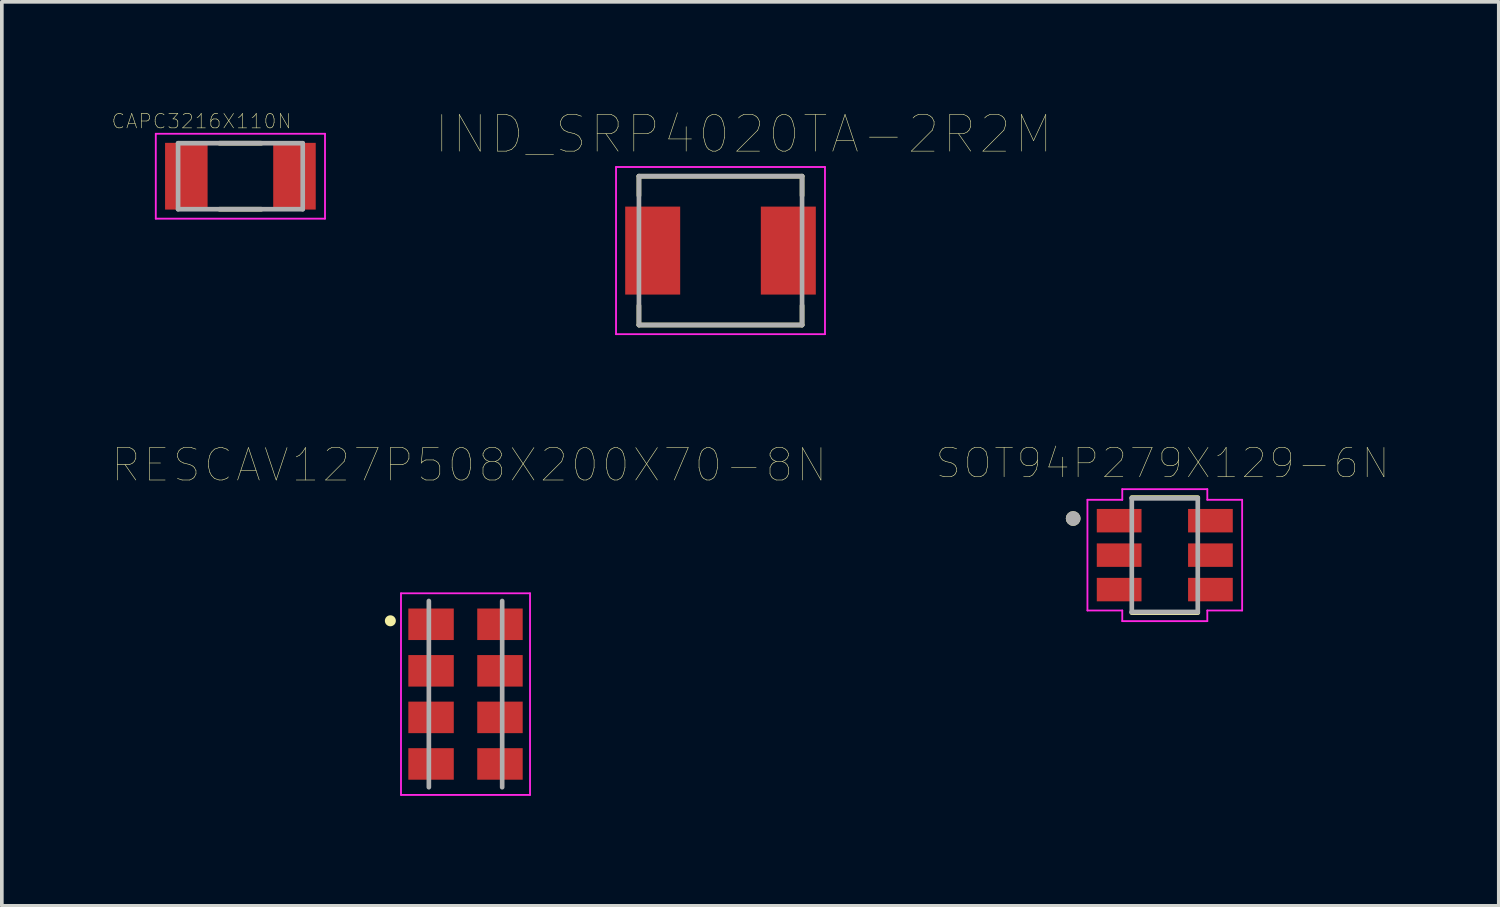
<source format=kicad_pcb>
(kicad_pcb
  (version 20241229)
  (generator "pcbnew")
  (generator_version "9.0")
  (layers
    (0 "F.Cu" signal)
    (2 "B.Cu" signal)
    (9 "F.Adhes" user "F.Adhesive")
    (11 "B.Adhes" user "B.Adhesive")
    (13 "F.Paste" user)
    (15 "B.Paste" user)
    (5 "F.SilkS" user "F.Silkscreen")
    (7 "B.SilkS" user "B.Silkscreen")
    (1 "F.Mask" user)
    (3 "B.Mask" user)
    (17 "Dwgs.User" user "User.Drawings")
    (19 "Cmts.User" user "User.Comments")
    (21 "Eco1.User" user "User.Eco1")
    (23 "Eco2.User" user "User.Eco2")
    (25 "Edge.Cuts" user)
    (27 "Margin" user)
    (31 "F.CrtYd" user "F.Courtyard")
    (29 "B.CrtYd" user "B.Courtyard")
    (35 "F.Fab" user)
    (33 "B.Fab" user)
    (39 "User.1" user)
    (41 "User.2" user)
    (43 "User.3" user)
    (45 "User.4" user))
  (footprint "IND_SRP4020TA-2R2M"
    (layer "F.Cu")
    (at 16.605 3.786)
    (property "Reference" "IND_SRP4020TA-2R2M" (at 0.635 -3.175 0) (layer "F.SilkS") (effects (font (size 1 1) (thickness 0.015))))
    (attr through_hole)
    (fp_line (start -2.225 -2.03) (end 2.225 -2.03) (stroke (width 0.127) (type solid)) (layer "F.SilkS"))
    (fp_line (start -2.225 -1.5) (end -2.225 -2.03) (stroke (width 0.127) (type solid)) (layer "F.SilkS"))
    (fp_line (start -2.225 2.03) (end -2.225 1.5) (stroke (width 0.127) (type solid)) (layer "F.SilkS"))
    (fp_line (start -2.225 2.03) (end 2.225 2.03) (stroke (width 0.127) (type solid)) (layer "F.SilkS"))
    (fp_line (start 2.225 -2.03) (end 2.225 -1.5) (stroke (width 0.127) (type solid)) (layer "F.SilkS"))
    (fp_line (start 2.225 2.03) (end 2.225 1.5) (stroke (width 0.127) (type solid)) (layer "F.SilkS"))
    (fp_line (start -2.85 -2.28) (end 2.85 -2.28) (stroke (width 0.05) (type solid)) (layer "F.CrtYd"))
    (fp_line (start -2.85 2.28) (end -2.85 -2.28) (stroke (width 0.05) (type solid)) (layer "F.CrtYd"))
    (fp_line (start 2.85 -2.28) (end 2.85 2.28) (stroke (width 0.05) (type solid)) (layer "F.CrtYd"))
    (fp_line (start 2.85 2.28) (end -2.85 2.28) (stroke (width 0.05) (type solid)) (layer "F.CrtYd"))
    (fp_line (start -2.225 -2.03) (end 2.225 -2.03) (stroke (width 0.127) (type solid)) (layer "F.Fab"))
    (fp_line (start -2.225 2.03) (end -2.225 -2.03) (stroke (width 0.127) (type solid)) (layer "F.Fab"))
    (fp_line (start 2.225 -2.03) (end 2.225 2.03) (stroke (width 0.127) (type solid)) (layer "F.Fab"))
    (fp_line (start 2.225 2.03) (end -2.225 2.03) (stroke (width 0.127) (type solid)) (layer "F.Fab"))
    (pad "1" smd rect (at -1.85 0) (size 1.5 2.4) (layers "F.Cu" "F.Mask" "F.Paste"))
    (pad "2" smd rect (at 1.85 0) (size 1.5 2.4) (layers "F.Cu" "F.Mask" "F.Paste")))
  (footprint "CAPC3216X110N"
    (layer "F.Cu")
    (at 3.508 1.757)
    (property "Reference" "CAPC3216X110N" (at -1.06 -1.5 0) (layer "F.SilkS") (effects (font (size 0.394 0.394) (thickness 0.015))))
    (attr through_hole)
    (fp_line (start -0.57 -0.9) (end 0.57 -0.9) (stroke (width 0.127) (type solid)) (layer "F.SilkS"))
    (fp_line (start -0.57 0.9) (end 0.57 0.9) (stroke (width 0.127) (type solid)) (layer "F.SilkS"))
    (fp_line (start -2.308 -1.158) (end 2.308 -1.158) (stroke (width 0.05) (type solid)) (layer "F.CrtYd"))
    (fp_line (start -2.308 1.158) (end -2.308 -1.158) (stroke (width 0.05) (type solid)) (layer "F.CrtYd"))
    (fp_line (start -2.308 1.158) (end 2.308 1.158) (stroke (width 0.05) (type solid)) (layer "F.CrtYd"))
    (fp_line (start 2.308 1.158) (end 2.308 -1.158) (stroke (width 0.05) (type solid)) (layer "F.CrtYd"))
    (fp_line (start -1.7 0.9) (end -1.7 -0.9) (stroke (width 0.127) (type solid)) (layer "F.Fab"))
    (fp_line (start 1.7 -0.9) (end -1.7 -0.9) (stroke (width 0.127) (type solid)) (layer "F.Fab"))
    (fp_line (start 1.7 0.9) (end -1.7 0.9) (stroke (width 0.127) (type solid)) (layer "F.Fab"))
    (fp_line (start 1.7 0.9) (end 1.7 -0.9) (stroke (width 0.127) (type solid)) (layer "F.Fab"))
    (pad "1" smd rect (at -1.475 0) (size 1.16 1.82) (layers "F.Cu" "F.Mask" "F.Paste"))
    (pad "2" smd rect (at 1.475 0) (size 1.16 1.82) (layers "F.Cu" "F.Mask" "F.Paste")))
  (footprint "RESCAV127P508X200X70-8N"
    (layer "F.Cu")
    (at 9.649 15.885)
    (property "Reference" "RESCAV127P508X200X70-8N" (at 0.098 -6.249 0) (layer "F.SilkS") (effects (font (size 0.884 0.884) (thickness 0.015))))
    (attr through_hole)
    (fp_circle (center -2.05 -2) (end -1.9 -2) (stroke (width 0) (type solid)) (fill yes) (layer "F.SilkS"))
    (fp_line (start -1.76 -2.75) (end 1.76 -2.75) (stroke (width 0.05) (type solid)) (layer "F.CrtYd"))
    (fp_line (start -1.76 2.75) (end -1.76 -2.75) (stroke (width 0.05) (type solid)) (layer "F.CrtYd"))
    (fp_line (start 1.76 -2.75) (end 1.76 2.75) (stroke (width 0.05) (type solid)) (layer "F.CrtYd"))
    (fp_line (start 1.76 2.75) (end -1.76 2.75) (stroke (width 0.05) (type solid)) (layer "F.CrtYd"))
    (fp_line (start -1 2.54) (end -1 -2.54) (stroke (width 0.127) (type solid)) (layer "F.Fab"))
    (fp_line (start 1 -2.54) (end 1 2.54) (stroke (width 0.127) (type solid)) (layer "F.Fab"))
    (pad "1" smd rect (at -0.94 -1.905) (size 1.24 0.86) (layers "F.Cu" "F.Mask" "F.Paste"))
    (pad "2" smd rect (at -0.94 -0.635) (size 1.24 0.86) (layers "F.Cu" "F.Mask" "F.Paste"))
    (pad "3" smd rect (at -0.94 0.635) (size 1.24 0.86) (layers "F.Cu" "F.Mask" "F.Paste"))
    (pad "4" smd rect (at -0.94 1.905) (size 1.24 0.86) (layers "F.Cu" "F.Mask" "F.Paste"))
    (pad "5" smd rect (at 0.94 1.905) (size 1.24 0.86) (layers "F.Cu" "F.Mask" "F.Paste"))
    (pad "6" smd rect (at 0.94 0.635) (size 1.24 0.86) (layers "F.Cu" "F.Mask" "F.Paste"))
    (pad "7" smd rect (at 0.94 -0.635) (size 1.24 0.86) (layers "F.Cu" "F.Mask" "F.Paste"))
    (pad "8" smd rect (at 0.94 -1.905) (size 1.24 0.86) (layers "F.Cu" "F.Mask" "F.Paste")))
  (footprint "SOT94P279X129-6N"
    (layer "F.Cu")
    (at 28.725 12.094)
    (property "Reference" "SOT94P279X129-6N" (at -0.06 -2.508 0) (layer "F.SilkS") (effects (font (size 0.8 0.8) (thickness 0.015))))
    (attr through_hole)
    (fp_line (start -0.9 -1.57) (end 0.9 -1.57) (stroke (width 0.127) (type solid)) (layer "F.SilkS"))
    (fp_line (start -0.9 1.57) (end 0.9 1.57) (stroke (width 0.127) (type solid)) (layer "F.SilkS"))
    (fp_circle (center -2.5 -1) (end -2.4 -1) (stroke (width 0.2) (type solid)) (fill no) (layer "F.SilkS"))
    (fp_line (start -2.11 -1.51) (end -1.16 -1.51) (stroke (width 0.05) (type solid)) (layer "F.CrtYd"))
    (fp_line (start -2.11 1.51) (end -2.11 -1.51) (stroke (width 0.05) (type solid)) (layer "F.CrtYd"))
    (fp_line (start -1.16 -1.8) (end 1.16 -1.8) (stroke (width 0.05) (type solid)) (layer "F.CrtYd"))
    (fp_line (start -1.16 -1.51) (end -1.16 -1.8) (stroke (width 0.05) (type solid)) (layer "F.CrtYd"))
    (fp_line (start -1.16 1.51) (end -2.11 1.51) (stroke (width 0.05) (type solid)) (layer "F.CrtYd"))
    (fp_line (start -1.16 1.8) (end -1.16 1.51) (stroke (width 0.05) (type solid)) (layer "F.CrtYd"))
    (fp_line (start 1.16 -1.8) (end 1.16 -1.51) (stroke (width 0.05) (type solid)) (layer "F.CrtYd"))
    (fp_line (start 1.16 -1.51) (end 2.11 -1.51) (stroke (width 0.05) (type solid)) (layer "F.CrtYd"))
    (fp_line (start 1.16 1.51) (end 1.16 1.8) (stroke (width 0.05) (type solid)) (layer "F.CrtYd"))
    (fp_line (start 1.16 1.8) (end -1.16 1.8) (stroke (width 0.05) (type solid)) (layer "F.CrtYd"))
    (fp_line (start 2.11 -1.51) (end 2.11 1.51) (stroke (width 0.05) (type solid)) (layer "F.CrtYd"))
    (fp_line (start 2.11 1.51) (end 1.16 1.51) (stroke (width 0.05) (type solid)) (layer "F.CrtYd"))
    (fp_line (start -0.9 -1.55) (end 0.9 -1.55) (stroke (width 0.127) (type solid)) (layer "F.Fab"))
    (fp_line (start -0.9 1.55) (end -0.9 -1.55) (stroke (width 0.127) (type solid)) (layer "F.Fab"))
    (fp_line (start 0.9 -1.55) (end 0.9 1.55) (stroke (width 0.127) (type solid)) (layer "F.Fab"))
    (fp_line (start 0.9 1.55) (end -0.9 1.55) (stroke (width 0.127) (type solid)) (layer "F.Fab"))
    (fp_circle (center -2.5 -1) (end -2.4 -1) (stroke (width 0.2) (type solid)) (fill no) (layer "F.Fab"))
    (pad "1" smd rect (at -1.245 -0.94) (size 1.22 0.64) (layers "F.Cu" "F.Mask" "F.Paste"))
    (pad "2" smd rect (at -1.245 0) (size 1.22 0.64) (layers "F.Cu" "F.Mask" "F.Paste"))
    (pad "3" smd rect (at -1.245 0.94) (size 1.22 0.64) (layers "F.Cu" "F.Mask" "F.Paste"))
    (pad "4" smd rect (at 1.245 0.94) (size 1.22 0.64) (layers "F.Cu" "F.Mask" "F.Paste"))
    (pad "5" smd rect (at 1.245 0) (size 1.22 0.64) (layers "F.Cu" "F.Mask" "F.Paste"))
    (pad "6" smd rect (at 1.245 -0.94) (size 1.22 0.64) (layers "F.Cu" "F.Mask" "F.Paste")))
  (gr_rect
    (start -3 -3)
    (end 37.836 21.66)
    (stroke (width 0.1) (type default))
    (fill no)
    (layer "Edge.Cuts")))
</source>
